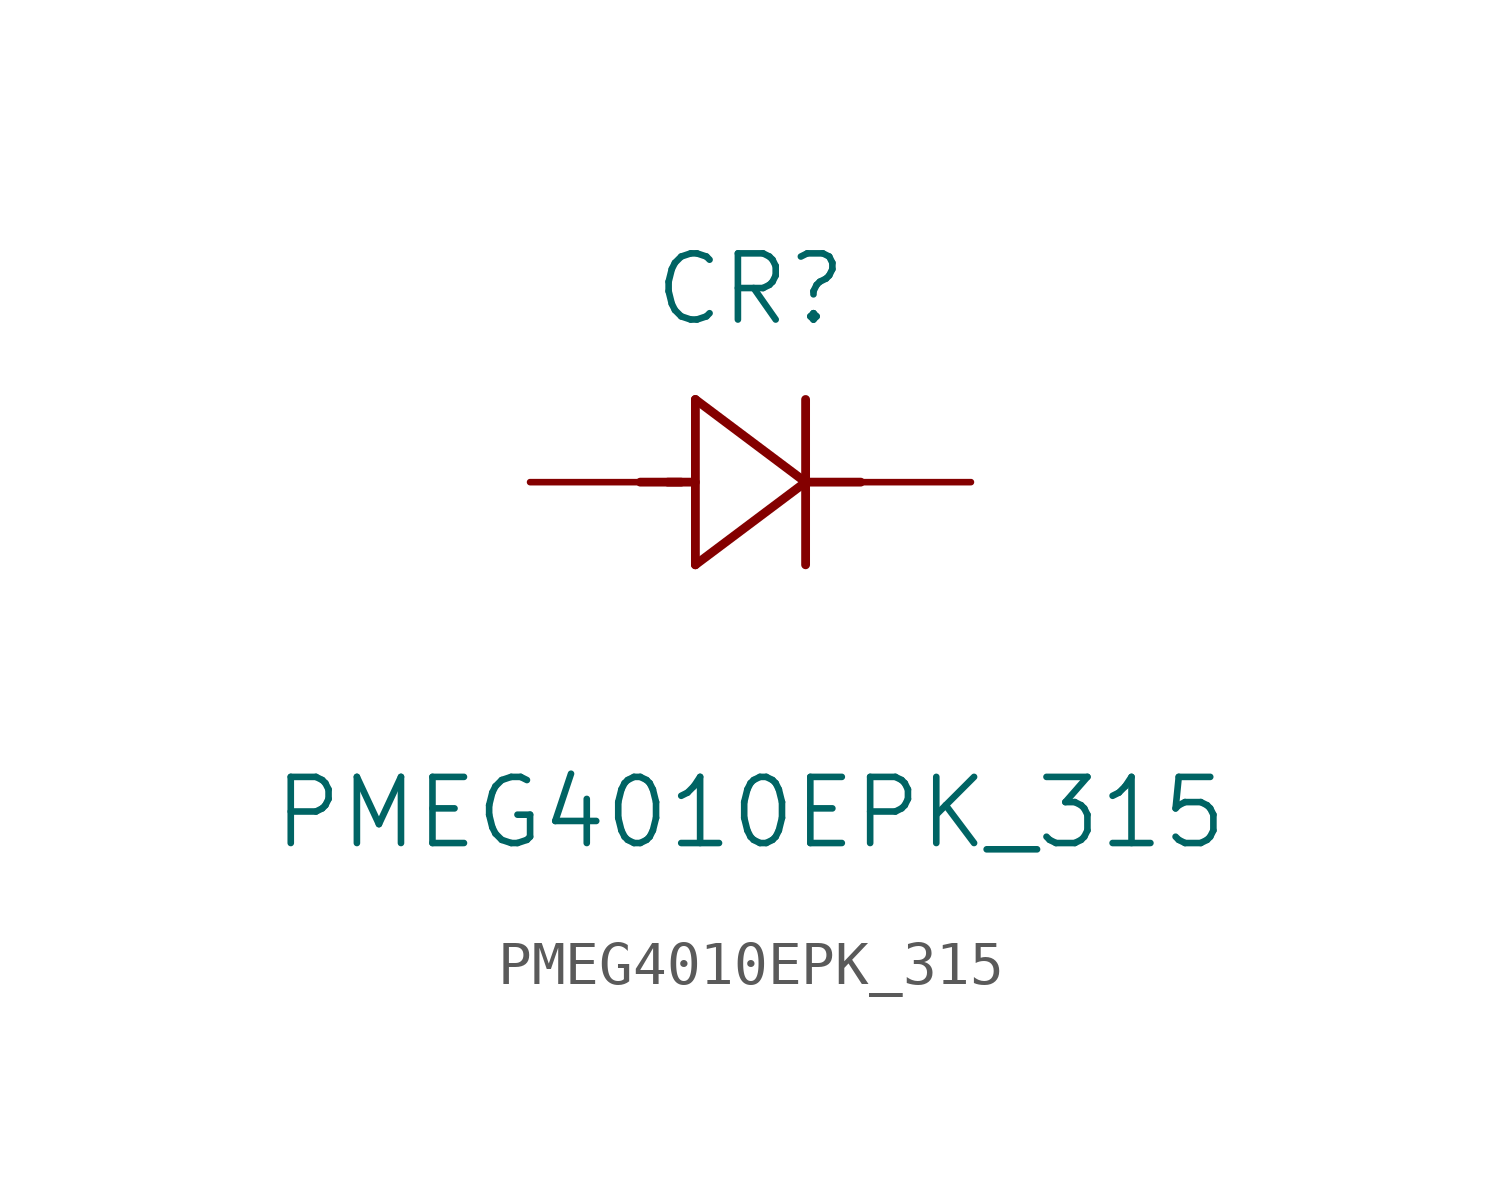
<source format=kicad_sym>
(kicad_symbol_lib
  (version 20201005)
  (generator kicad_symbol_editor)
  (symbol "PMEG4010EPK_315:PMEG4010EPK_315"
    (pin_numbers hide)
    (pin_names
      (offset -1.651) hide)
    (property "Reference" "CR"
      (at 0 4.445 0)
      (effects (font (size 1.524 1.524))))
    (property "Value" "PMEG4010EPK_315"
      (at 0 -7.62 0)
      (effects (font (size 1.524 1.524))))
    (property "Datasheet" ""
      (at -5.08 0 0)
      (effects (font (size 1.524 1.524))))
    (property "ki_locked" ""
      (at 0 0 0)
      (effects (font (size 1.27 1.27))))
    (symbol "PMEG4010EPK_315_1_1"
      (polyline (pts (xy -2.54 0) (xy -1.6 0)) (stroke (width 0.203)) (fill (type none)))
      (polyline (pts (xy -1.27 1.905) (xy -1.27 -1.905)) (stroke (width 0.203)) (fill (type none)))
      (polyline (pts (xy -1.905 0) (xy -1.27 0)) (stroke (width 0.203)) (fill (type none)))
      (polyline (pts (xy 1.27 -1.905) (xy 1.27 1.905)) (stroke (width 0.203)) (fill (type none)))
      (polyline (pts (xy 1.27 0) (xy 2.54 0)) (stroke (width 0.203)) (fill (type none)))
      (polyline (pts (xy 1.27 0) (xy -1.27 1.905)) (stroke (width 0.203)) (fill (type none)))
      (polyline (pts (xy -1.27 -1.905) (xy 1.27 0)) (stroke (width 0.203)) (fill (type none)))
      (pin passive line (at -5.08 0 0) (length 2.54) (name "2" (effects (font (size 1.499 1.499)))) (number "2" (effects (font (size 1.499 1.499)))))
      (pin passive line (at 5.08 0 180) (length 2.54) (name "1" (effects (font (size 1.499 1.499)))) (number "1" (effects (font (size 1.499 1.499))))))))
</source>
